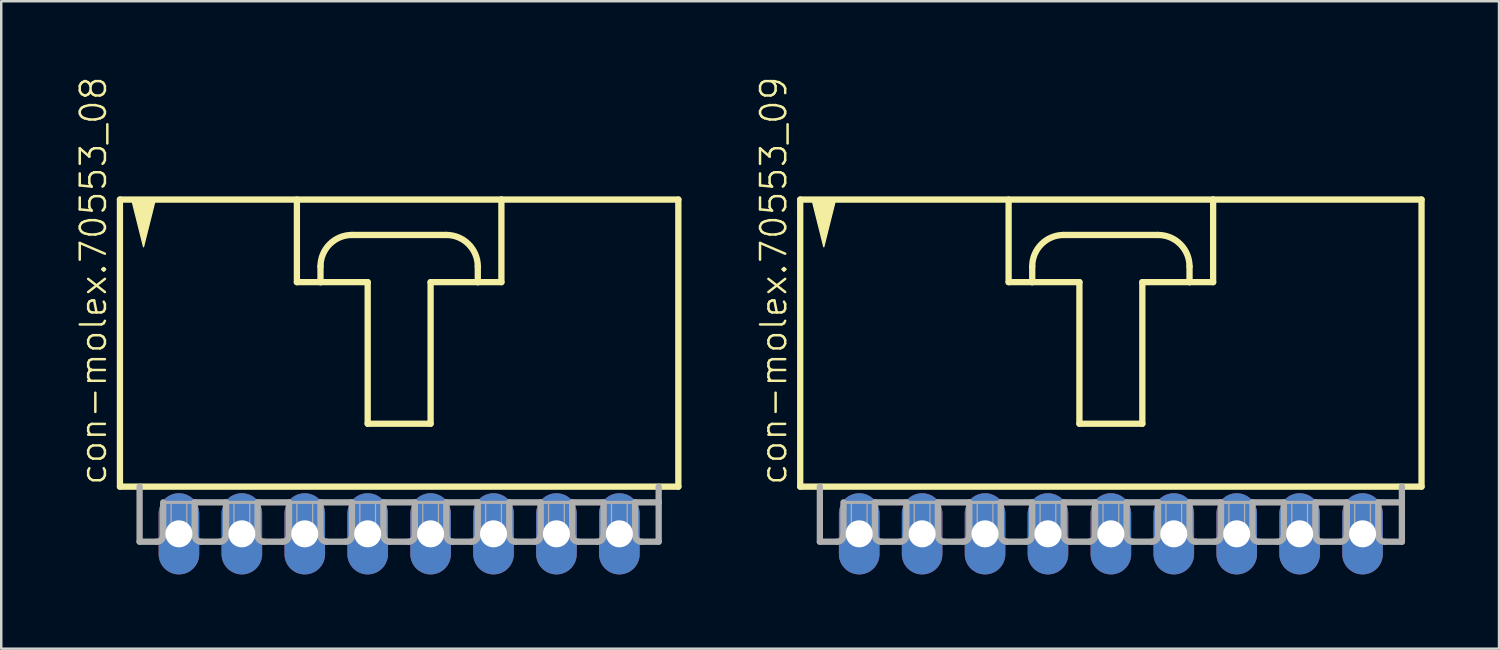
<source format=kicad_pcb>
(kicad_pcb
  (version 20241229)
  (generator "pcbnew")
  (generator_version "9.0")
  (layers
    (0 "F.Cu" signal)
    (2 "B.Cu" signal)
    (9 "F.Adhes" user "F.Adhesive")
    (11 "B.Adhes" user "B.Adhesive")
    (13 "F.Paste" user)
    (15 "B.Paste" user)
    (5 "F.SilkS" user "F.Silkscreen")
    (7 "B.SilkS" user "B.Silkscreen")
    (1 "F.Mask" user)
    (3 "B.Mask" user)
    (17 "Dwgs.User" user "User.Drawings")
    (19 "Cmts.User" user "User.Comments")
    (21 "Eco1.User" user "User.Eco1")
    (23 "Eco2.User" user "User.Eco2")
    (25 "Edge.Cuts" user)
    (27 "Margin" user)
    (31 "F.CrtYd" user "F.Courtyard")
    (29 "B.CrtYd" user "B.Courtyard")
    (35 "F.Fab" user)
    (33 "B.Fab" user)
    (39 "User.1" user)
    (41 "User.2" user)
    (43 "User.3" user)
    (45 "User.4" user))
  (footprint "con-molex.70553_08"
    (layer "F.Cu")
    (at 13.063 10.88)
    (property "Reference" "con-molex.70553_08" (at -11.748 5.715 90) (layer "F.SilkS") (effects (font (size 1.016 1.016) (thickness 0.1)) (justify left bottom)))
    (attr through_hole)
    (fp_line (start -11.271 -5.874) (end -11.271 5.715) (stroke (width 0.254) (type default)) (layer "F.SilkS"))
    (fp_line (start -11.271 5.715) (end 11.271 5.715) (stroke (width 0.254) (type default)) (layer "F.SilkS"))
    (fp_line (start -4.128 -5.874) (end -4.128 -2.54) (stroke (width 0.254) (type default)) (layer "F.SilkS"))
    (fp_line (start -4.128 -2.54) (end -3.175 -2.54) (stroke (width 0.254) (type default)) (layer "F.SilkS"))
    (fp_line (start -3.175 -2.54) (end -3.175 -3.175) (stroke (width 0.254) (type default)) (layer "F.SilkS"))
    (fp_line (start -3.175 -2.54) (end -1.27 -2.54) (stroke (width 0.254) (type default)) (layer "F.SilkS"))
    (fp_line (start -1.905 -4.445) (end 1.905 -4.445) (stroke (width 0.254) (type default)) (layer "F.SilkS"))
    (fp_line (start -1.27 -2.54) (end -1.27 3.175) (stroke (width 0.254) (type default)) (layer "F.SilkS"))
    (fp_line (start -1.27 3.175) (end 1.27 3.175) (stroke (width 0.254) (type default)) (layer "F.SilkS"))
    (fp_line (start 1.27 -2.54) (end 3.175 -2.54) (stroke (width 0.254) (type default)) (layer "F.SilkS"))
    (fp_line (start 1.27 3.175) (end 1.27 -2.54) (stroke (width 0.254) (type default)) (layer "F.SilkS"))
    (fp_line (start 3.175 -3.175) (end 3.175 -2.54) (stroke (width 0.254) (type default)) (layer "F.SilkS"))
    (fp_line (start 3.175 -2.54) (end 4.128 -2.54) (stroke (width 0.254) (type default)) (layer "F.SilkS"))
    (fp_line (start 4.128 -5.874) (end -11.271 -5.874) (stroke (width 0.254) (type default)) (layer "F.SilkS"))
    (fp_line (start 4.128 -2.54) (end 4.128 -5.874) (stroke (width 0.254) (type default)) (layer "F.SilkS"))
    (fp_line (start 11.271 -5.874) (end 4.128 -5.874) (stroke (width 0.254) (type default)) (layer "F.SilkS"))
    (fp_line (start 11.271 5.715) (end 11.271 -5.874) (stroke (width 0.254) (type default)) (layer "F.SilkS"))
    (fp_arc (start -3.175 -3.175) (mid -2.803026 -4.073026) (end -1.905 -4.445) (stroke (width 0.254) (type default)) (layer "F.SilkS"))
    (fp_arc (start 1.905 -4.445) (mid 2.803026 -4.073026) (end 3.175 -3.175) (stroke (width 0.254) (type default)) (layer "F.SilkS"))
    (fp_poly (pts (xy -10.795 -5.874) (xy -10.319 -3.969) (xy -9.842 -5.874)) (stroke (width 0.051) (type default)) (fill yes) (layer "F.SilkS"))
    (fp_line (start -10.477 5.715) (end -10.477 7.938) (stroke (width 0.254) (type default)) (layer "F.Fab"))
    (fp_line (start -9.779 7.938) (end -10.477 7.938) (stroke (width 0.254) (type default)) (layer "F.Fab"))
    (fp_line (start -9.525 6.35) (end -9.525 7.684) (stroke (width 0.254) (type default)) (layer "F.Fab"))
    (fp_line (start -9.525 6.35) (end -8.255 6.35) (stroke (width 0.127) (type default)) (layer "F.Fab"))
    (fp_line (start -8.255 6.35) (end -8.255 7.684) (stroke (width 0.254) (type default)) (layer "F.Fab"))
    (fp_line (start -8.255 6.35) (end -6.985 6.35) (stroke (width 0.254) (type default)) (layer "F.Fab"))
    (fp_line (start -7.239 7.938) (end -8.001 7.938) (stroke (width 0.254) (type default)) (layer "F.Fab"))
    (fp_line (start -6.985 6.35) (end -6.985 7.684) (stroke (width 0.254) (type default)) (layer "F.Fab"))
    (fp_line (start -6.985 6.35) (end -5.715 6.35) (stroke (width 0.127) (type default)) (layer "F.Fab"))
    (fp_line (start -5.715 6.35) (end -5.715 7.684) (stroke (width 0.254) (type default)) (layer "F.Fab"))
    (fp_line (start -5.715 6.35) (end -4.445 6.35) (stroke (width 0.254) (type default)) (layer "F.Fab"))
    (fp_line (start -4.699 7.938) (end -5.461 7.938) (stroke (width 0.254) (type default)) (layer "F.Fab"))
    (fp_line (start -4.445 6.35) (end -4.445 7.684) (stroke (width 0.254) (type default)) (layer "F.Fab"))
    (fp_line (start -4.445 6.35) (end -3.175 6.35) (stroke (width 0.127) (type default)) (layer "F.Fab"))
    (fp_line (start -3.175 6.35) (end -3.175 7.684) (stroke (width 0.254) (type default)) (layer "F.Fab"))
    (fp_line (start -3.175 6.35) (end -1.905 6.35) (stroke (width 0.254) (type default)) (layer "F.Fab"))
    (fp_line (start -2.159 7.938) (end -2.921 7.938) (stroke (width 0.254) (type default)) (layer "F.Fab"))
    (fp_line (start -1.905 6.35) (end -1.905 7.684) (stroke (width 0.254) (type default)) (layer "F.Fab"))
    (fp_line (start -1.905 6.35) (end -0.635 6.35) (stroke (width 0.127) (type default)) (layer "F.Fab"))
    (fp_line (start -0.635 6.35) (end -0.635 7.684) (stroke (width 0.254) (type default)) (layer "F.Fab"))
    (fp_line (start -0.635 6.35) (end 0.635 6.35) (stroke (width 0.254) (type default)) (layer "F.Fab"))
    (fp_line (start 0.381 7.938) (end -0.381 7.938) (stroke (width 0.254) (type default)) (layer "F.Fab"))
    (fp_line (start 0.635 6.35) (end 0.635 7.684) (stroke (width 0.254) (type default)) (layer "F.Fab"))
    (fp_line (start 0.635 6.35) (end 1.905 6.35) (stroke (width 0.127) (type default)) (layer "F.Fab"))
    (fp_line (start 1.905 6.35) (end 1.905 7.684) (stroke (width 0.254) (type default)) (layer "F.Fab"))
    (fp_line (start 1.905 6.35) (end 3.175 6.35) (stroke (width 0.254) (type default)) (layer "F.Fab"))
    (fp_line (start 2.921 7.938) (end 2.159 7.938) (stroke (width 0.254) (type default)) (layer "F.Fab"))
    (fp_line (start 3.175 6.35) (end 3.175 7.684) (stroke (width 0.254) (type default)) (layer "F.Fab"))
    (fp_line (start 3.175 6.35) (end 4.445 6.35) (stroke (width 0.127) (type default)) (layer "F.Fab"))
    (fp_line (start 4.445 6.35) (end 4.445 7.684) (stroke (width 0.254) (type default)) (layer "F.Fab"))
    (fp_line (start 4.445 6.35) (end 5.715 6.35) (stroke (width 0.254) (type default)) (layer "F.Fab"))
    (fp_line (start 5.461 7.938) (end 4.699 7.938) (stroke (width 0.254) (type default)) (layer "F.Fab"))
    (fp_line (start 5.715 6.35) (end 5.715 7.684) (stroke (width 0.254) (type default)) (layer "F.Fab"))
    (fp_line (start 5.715 6.35) (end 6.985 6.35) (stroke (width 0.127) (type default)) (layer "F.Fab"))
    (fp_line (start 6.985 6.35) (end 6.985 7.684) (stroke (width 0.254) (type default)) (layer "F.Fab"))
    (fp_line (start 6.985 6.35) (end 8.255 6.35) (stroke (width 0.254) (type default)) (layer "F.Fab"))
    (fp_line (start 8.001 7.938) (end 7.239 7.938) (stroke (width 0.254) (type default)) (layer "F.Fab"))
    (fp_line (start 8.255 6.35) (end 8.255 7.684) (stroke (width 0.254) (type default)) (layer "F.Fab"))
    (fp_line (start 8.255 6.35) (end 9.525 6.35) (stroke (width 0.127) (type default)) (layer "F.Fab"))
    (fp_line (start 9.525 6.35) (end 9.525 7.684) (stroke (width 0.254) (type default)) (layer "F.Fab"))
    (fp_line (start 9.525 6.35) (end 10.477 6.35) (stroke (width 0.254) (type default)) (layer "F.Fab"))
    (fp_line (start 9.779 7.938) (end 10.477 7.938) (stroke (width 0.254) (type default)) (layer "F.Fab"))
    (fp_line (start 10.477 6.35) (end 10.477 5.715) (stroke (width 0.254) (type default)) (layer "F.Fab"))
    (fp_line (start 10.477 7.938) (end 10.477 6.35) (stroke (width 0.254) (type default)) (layer "F.Fab"))
    (fp_rect (start -9.207 7.62) (end -8.572 6.35) (stroke (width 0.05) (type default)) (fill no) (layer "F.Fab"))
    (fp_rect (start -6.668 7.62) (end -6.032 6.35) (stroke (width 0.05) (type default)) (fill no) (layer "F.Fab"))
    (fp_rect (start -4.128 7.62) (end -3.493 6.35) (stroke (width 0.05) (type default)) (fill no) (layer "F.Fab"))
    (fp_rect (start -1.587 7.62) (end -0.953 6.35) (stroke (width 0.05) (type default)) (fill no) (layer "F.Fab"))
    (fp_rect (start 0.953 7.62) (end 1.587 6.35) (stroke (width 0.05) (type default)) (fill no) (layer "F.Fab"))
    (fp_rect (start 3.493 7.62) (end 4.128 6.35) (stroke (width 0.05) (type default)) (fill no) (layer "F.Fab"))
    (fp_rect (start 6.032 7.62) (end 6.668 6.35) (stroke (width 0.05) (type default)) (fill no) (layer "F.Fab"))
    (fp_rect (start 8.572 7.62) (end 9.207 6.35) (stroke (width 0.05) (type default)) (fill no) (layer "F.Fab"))
    (fp_arc (start -9.525 7.6835) (mid -9.599395 7.863105) (end -9.779 7.9375) (stroke (width 0.254) (type default)) (layer "F.Fab"))
    (fp_arc (start -8.001 7.9375) (mid -8.180605 7.863105) (end -8.255 7.6835) (stroke (width 0.254) (type default)) (layer "F.Fab"))
    (fp_arc (start -6.985 7.6835) (mid -7.059395 7.863105) (end -7.239 7.9375) (stroke (width 0.254) (type default)) (layer "F.Fab"))
    (fp_arc (start -5.461 7.9375) (mid -5.640605 7.863105) (end -5.715 7.6835) (stroke (width 0.254) (type default)) (layer "F.Fab"))
    (fp_arc (start -4.445 7.6835) (mid -4.519395 7.863105) (end -4.699 7.9375) (stroke (width 0.254) (type default)) (layer "F.Fab"))
    (fp_arc (start -2.921 7.9375) (mid -3.100605 7.863105) (end -3.175 7.6835) (stroke (width 0.254) (type default)) (layer "F.Fab"))
    (fp_arc (start -1.905 7.6835) (mid -1.979395 7.863105) (end -2.159 7.9375) (stroke (width 0.254) (type default)) (layer "F.Fab"))
    (fp_arc (start -0.381 7.9375) (mid -0.560605 7.863105) (end -0.635 7.6835) (stroke (width 0.254) (type default)) (layer "F.Fab"))
    (fp_arc (start 0.635 7.6835) (mid 0.560605 7.863105) (end 0.381 7.9375) (stroke (width 0.254) (type default)) (layer "F.Fab"))
    (fp_arc (start 2.159 7.9375) (mid 1.979395 7.863105) (end 1.905 7.6835) (stroke (width 0.254) (type default)) (layer "F.Fab"))
    (fp_arc (start 3.175 7.6835) (mid 3.100605 7.863105) (end 2.921 7.9375) (stroke (width 0.254) (type default)) (layer "F.Fab"))
    (fp_arc (start 4.699 7.9375) (mid 4.519395 7.863105) (end 4.445 7.6835) (stroke (width 0.254) (type default)) (layer "F.Fab"))
    (fp_arc (start 5.715 7.6835) (mid 5.640605 7.863105) (end 5.461 7.9375) (stroke (width 0.254) (type default)) (layer "F.Fab"))
    (fp_arc (start 7.239 7.9375) (mid 7.059395 7.863105) (end 6.985 7.6835) (stroke (width 0.254) (type default)) (layer "F.Fab"))
    (fp_arc (start 8.255 7.6835) (mid 8.180605 7.863105) (end 8.001 7.9375) (stroke (width 0.254) (type default)) (layer "F.Fab"))
    (fp_arc (start 9.779 7.9375) (mid 9.599395 7.863105) (end 9.525 7.6835) (stroke (width 0.254) (type default)) (layer "F.Fab"))
    (pad "1" thru_hole oval (at -8.89 7.62 90) (size 3.277 1.638) (drill 1.092) (layers "*.Cu" "*.Mask"))
    (pad "2" thru_hole oval (at -6.35 7.62 90) (size 3.277 1.638) (drill 1.092) (layers "*.Cu" "*.Mask"))
    (pad "3" thru_hole oval (at -3.81 7.62 90) (size 3.277 1.638) (drill 1.092) (layers "*.Cu" "*.Mask"))
    (pad "4" thru_hole oval (at -1.27 7.62 90) (size 3.277 1.638) (drill 1.092) (layers "*.Cu" "*.Mask"))
    (pad "5" thru_hole oval (at 1.27 7.62 90) (size 3.277 1.638) (drill 1.092) (layers "*.Cu" "*.Mask"))
    (pad "6" thru_hole oval (at 3.81 7.62 90) (size 3.277 1.638) (drill 1.092) (layers "*.Cu" "*.Mask"))
    (pad "7" thru_hole oval (at 6.35 7.62 90) (size 3.277 1.638) (drill 1.092) (layers "*.Cu" "*.Mask"))
    (pad "8" thru_hole oval (at 8.89 7.62 90) (size 3.277 1.638) (drill 1.092) (layers "*.Cu" "*.Mask")))
  (footprint "con-molex.70553_09"
    (layer "F.Cu")
    (at 41.795 10.88)
    (property "Reference" "con-molex.70553_09" (at -13.018 5.715 90) (layer "F.SilkS") (effects (font (size 1.016 1.016) (thickness 0.1)) (justify left bottom)))
    (attr through_hole)
    (fp_line (start -12.541 -5.874) (end -12.541 5.715) (stroke (width 0.254) (type default)) (layer "F.SilkS"))
    (fp_line (start -12.541 5.715) (end 12.541 5.715) (stroke (width 0.254) (type default)) (layer "F.SilkS"))
    (fp_line (start -4.128 -5.874) (end -4.128 -2.54) (stroke (width 0.254) (type default)) (layer "F.SilkS"))
    (fp_line (start -4.128 -2.54) (end -3.175 -2.54) (stroke (width 0.254) (type default)) (layer "F.SilkS"))
    (fp_line (start -3.175 -2.54) (end -3.175 -3.175) (stroke (width 0.254) (type default)) (layer "F.SilkS"))
    (fp_line (start -3.175 -2.54) (end -1.27 -2.54) (stroke (width 0.254) (type default)) (layer "F.SilkS"))
    (fp_line (start -1.905 -4.445) (end 1.905 -4.445) (stroke (width 0.254) (type default)) (layer "F.SilkS"))
    (fp_line (start -1.27 -2.54) (end -1.27 3.175) (stroke (width 0.254) (type default)) (layer "F.SilkS"))
    (fp_line (start -1.27 3.175) (end 1.27 3.175) (stroke (width 0.254) (type default)) (layer "F.SilkS"))
    (fp_line (start 1.27 -2.54) (end 3.175 -2.54) (stroke (width 0.254) (type default)) (layer "F.SilkS"))
    (fp_line (start 1.27 3.175) (end 1.27 -2.54) (stroke (width 0.254) (type default)) (layer "F.SilkS"))
    (fp_line (start 3.175 -3.175) (end 3.175 -2.54) (stroke (width 0.254) (type default)) (layer "F.SilkS"))
    (fp_line (start 3.175 -2.54) (end 4.128 -2.54) (stroke (width 0.254) (type default)) (layer "F.SilkS"))
    (fp_line (start 4.128 -5.874) (end -12.541 -5.874) (stroke (width 0.254) (type default)) (layer "F.SilkS"))
    (fp_line (start 4.128 -2.54) (end 4.128 -5.874) (stroke (width 0.254) (type default)) (layer "F.SilkS"))
    (fp_line (start 12.541 -5.874) (end 4.128 -5.874) (stroke (width 0.254) (type default)) (layer "F.SilkS"))
    (fp_line (start 12.541 5.715) (end 12.541 -5.874) (stroke (width 0.254) (type default)) (layer "F.SilkS"))
    (fp_arc (start -3.175 -3.175) (mid -2.803026 -4.073026) (end -1.905 -4.445) (stroke (width 0.254) (type default)) (layer "F.SilkS"))
    (fp_arc (start 1.905 -4.445) (mid 2.803026 -4.073026) (end 3.175 -3.175) (stroke (width 0.254) (type default)) (layer "F.SilkS"))
    (fp_poly (pts (xy -12.065 -5.874) (xy -11.589 -3.969) (xy -11.113 -5.874)) (stroke (width 0.051) (type default)) (fill yes) (layer "F.SilkS"))
    (fp_line (start -11.748 5.715) (end -11.748 7.938) (stroke (width 0.254) (type default)) (layer "F.Fab"))
    (fp_line (start -11.049 7.938) (end -11.748 7.938) (stroke (width 0.254) (type default)) (layer "F.Fab"))
    (fp_line (start -10.795 6.35) (end -10.795 7.684) (stroke (width 0.254) (type default)) (layer "F.Fab"))
    (fp_line (start -10.795 6.35) (end -9.525 6.35) (stroke (width 0.127) (type default)) (layer "F.Fab"))
    (fp_line (start -9.525 6.35) (end -9.525 7.684) (stroke (width 0.254) (type default)) (layer "F.Fab"))
    (fp_line (start -9.525 6.35) (end -8.255 6.35) (stroke (width 0.254) (type default)) (layer "F.Fab"))
    (fp_line (start -8.509 7.938) (end -9.271 7.938) (stroke (width 0.254) (type default)) (layer "F.Fab"))
    (fp_line (start -8.255 6.35) (end -8.255 7.684) (stroke (width 0.254) (type default)) (layer "F.Fab"))
    (fp_line (start -8.255 6.35) (end -6.985 6.35) (stroke (width 0.127) (type default)) (layer "F.Fab"))
    (fp_line (start -6.985 6.35) (end -6.985 7.684) (stroke (width 0.254) (type default)) (layer "F.Fab"))
    (fp_line (start -6.985 6.35) (end -5.715 6.35) (stroke (width 0.254) (type default)) (layer "F.Fab"))
    (fp_line (start -5.969 7.938) (end -6.731 7.938) (stroke (width 0.254) (type default)) (layer "F.Fab"))
    (fp_line (start -5.715 6.35) (end -5.715 7.684) (stroke (width 0.254) (type default)) (layer "F.Fab"))
    (fp_line (start -5.715 6.35) (end -4.445 6.35) (stroke (width 0.127) (type default)) (layer "F.Fab"))
    (fp_line (start -4.445 6.35) (end -4.445 7.684) (stroke (width 0.254) (type default)) (layer "F.Fab"))
    (fp_line (start -4.445 6.35) (end -3.175 6.35) (stroke (width 0.254) (type default)) (layer "F.Fab"))
    (fp_line (start -3.429 7.938) (end -4.191 7.938) (stroke (width 0.254) (type default)) (layer "F.Fab"))
    (fp_line (start -3.175 6.35) (end -3.175 7.684) (stroke (width 0.254) (type default)) (layer "F.Fab"))
    (fp_line (start -3.175 6.35) (end -1.905 6.35) (stroke (width 0.127) (type default)) (layer "F.Fab"))
    (fp_line (start -1.905 6.35) (end -1.905 7.684) (stroke (width 0.254) (type default)) (layer "F.Fab"))
    (fp_line (start -1.905 6.35) (end -0.635 6.35) (stroke (width 0.254) (type default)) (layer "F.Fab"))
    (fp_line (start -0.889 7.938) (end -1.651 7.938) (stroke (width 0.254) (type default)) (layer "F.Fab"))
    (fp_line (start -0.635 6.35) (end -0.635 7.684) (stroke (width 0.254) (type default)) (layer "F.Fab"))
    (fp_line (start -0.635 6.35) (end 0.635 6.35) (stroke (width 0.127) (type default)) (layer "F.Fab"))
    (fp_line (start 0.635 6.35) (end 0.635 7.684) (stroke (width 0.254) (type default)) (layer "F.Fab"))
    (fp_line (start 0.635 6.35) (end 1.905 6.35) (stroke (width 0.254) (type default)) (layer "F.Fab"))
    (fp_line (start 1.651 7.938) (end 0.889 7.938) (stroke (width 0.254) (type default)) (layer "F.Fab"))
    (fp_line (start 1.905 6.35) (end 1.905 7.684) (stroke (width 0.254) (type default)) (layer "F.Fab"))
    (fp_line (start 1.905 6.35) (end 3.175 6.35) (stroke (width 0.127) (type default)) (layer "F.Fab"))
    (fp_line (start 3.175 6.35) (end 3.175 7.684) (stroke (width 0.254) (type default)) (layer "F.Fab"))
    (fp_line (start 3.175 6.35) (end 4.445 6.35) (stroke (width 0.254) (type default)) (layer "F.Fab"))
    (fp_line (start 4.191 7.938) (end 3.429 7.938) (stroke (width 0.254) (type default)) (layer "F.Fab"))
    (fp_line (start 4.445 6.35) (end 4.445 7.684) (stroke (width 0.254) (type default)) (layer "F.Fab"))
    (fp_line (start 4.445 6.35) (end 5.715 6.35) (stroke (width 0.127) (type default)) (layer "F.Fab"))
    (fp_line (start 5.715 6.35) (end 5.715 7.684) (stroke (width 0.254) (type default)) (layer "F.Fab"))
    (fp_line (start 5.715 6.35) (end 6.985 6.35) (stroke (width 0.254) (type default)) (layer "F.Fab"))
    (fp_line (start 6.731 7.938) (end 5.969 7.938) (stroke (width 0.254) (type default)) (layer "F.Fab"))
    (fp_line (start 6.985 6.35) (end 6.985 7.684) (stroke (width 0.254) (type default)) (layer "F.Fab"))
    (fp_line (start 6.985 6.35) (end 8.255 6.35) (stroke (width 0.127) (type default)) (layer "F.Fab"))
    (fp_line (start 8.255 6.35) (end 8.255 7.684) (stroke (width 0.254) (type default)) (layer "F.Fab"))
    (fp_line (start 8.255 6.35) (end 9.525 6.35) (stroke (width 0.254) (type default)) (layer "F.Fab"))
    (fp_line (start 9.271 7.938) (end 8.509 7.938) (stroke (width 0.254) (type default)) (layer "F.Fab"))
    (fp_line (start 9.525 6.35) (end 9.525 7.684) (stroke (width 0.254) (type default)) (layer "F.Fab"))
    (fp_line (start 9.525 6.35) (end 10.795 6.35) (stroke (width 0.127) (type default)) (layer "F.Fab"))
    (fp_line (start 10.795 6.35) (end 10.795 7.684) (stroke (width 0.254) (type default)) (layer "F.Fab"))
    (fp_line (start 10.795 6.35) (end 11.748 6.35) (stroke (width 0.254) (type default)) (layer "F.Fab"))
    (fp_line (start 11.049 7.938) (end 11.748 7.938) (stroke (width 0.254) (type default)) (layer "F.Fab"))
    (fp_line (start 11.748 6.35) (end 11.748 5.715) (stroke (width 0.254) (type default)) (layer "F.Fab"))
    (fp_line (start 11.748 7.938) (end 11.748 6.35) (stroke (width 0.254) (type default)) (layer "F.Fab"))
    (fp_rect (start -10.477 7.62) (end -9.842 6.35) (stroke (width 0.05) (type default)) (fill no) (layer "F.Fab"))
    (fp_rect (start -7.938 7.62) (end -7.303 6.35) (stroke (width 0.05) (type default)) (fill no) (layer "F.Fab"))
    (fp_rect (start -5.397 7.62) (end -4.763 6.35) (stroke (width 0.05) (type default)) (fill no) (layer "F.Fab"))
    (fp_rect (start -2.857 7.62) (end -2.223 6.35) (stroke (width 0.05) (type default)) (fill no) (layer "F.Fab"))
    (fp_rect (start -0.318 7.62) (end 0.318 6.35) (stroke (width 0.05) (type default)) (fill no) (layer "F.Fab"))
    (fp_rect (start 2.223 7.62) (end 2.857 6.35) (stroke (width 0.05) (type default)) (fill no) (layer "F.Fab"))
    (fp_rect (start 4.763 7.62) (end 5.397 6.35) (stroke (width 0.05) (type default)) (fill no) (layer "F.Fab"))
    (fp_rect (start 7.303 7.62) (end 7.938 6.35) (stroke (width 0.05) (type default)) (fill no) (layer "F.Fab"))
    (fp_rect (start 9.842 7.62) (end 10.477 6.35) (stroke (width 0.05) (type default)) (fill no) (layer "F.Fab"))
    (fp_arc (start -10.795 7.6835) (mid -10.869395 7.863105) (end -11.049 7.9375) (stroke (width 0.254) (type default)) (layer "F.Fab"))
    (fp_arc (start -9.271 7.9375) (mid -9.450605 7.863105) (end -9.525 7.6835) (stroke (width 0.254) (type default)) (layer "F.Fab"))
    (fp_arc (start -8.255 7.6835) (mid -8.329395 7.863105) (end -8.509 7.9375) (stroke (width 0.254) (type default)) (layer "F.Fab"))
    (fp_arc (start -6.731 7.9375) (mid -6.910605 7.863105) (end -6.985 7.6835) (stroke (width 0.254) (type default)) (layer "F.Fab"))
    (fp_arc (start -5.715 7.6835) (mid -5.789395 7.863105) (end -5.969 7.9375) (stroke (width 0.254) (type default)) (layer "F.Fab"))
    (fp_arc (start -4.191 7.9375) (mid -4.370605 7.863105) (end -4.445 7.6835) (stroke (width 0.254) (type default)) (layer "F.Fab"))
    (fp_arc (start -3.175 7.6835) (mid -3.249395 7.863105) (end -3.429 7.9375) (stroke (width 0.254) (type default)) (layer "F.Fab"))
    (fp_arc (start -1.651 7.9375) (mid -1.830605 7.863105) (end -1.905 7.6835) (stroke (width 0.254) (type default)) (layer "F.Fab"))
    (fp_arc (start -0.635 7.6835) (mid -0.709395 7.863105) (end -0.889 7.9375) (stroke (width 0.254) (type default)) (layer "F.Fab"))
    (fp_arc (start 0.889 7.9375) (mid 0.709395 7.863105) (end 0.635 7.6835) (stroke (width 0.254) (type default)) (layer "F.Fab"))
    (fp_arc (start 1.905 7.6835) (mid 1.830605 7.863105) (end 1.651 7.9375) (stroke (width 0.254) (type default)) (layer "F.Fab"))
    (fp_arc (start 3.429 7.9375) (mid 3.249395 7.863105) (end 3.175 7.6835) (stroke (width 0.254) (type default)) (layer "F.Fab"))
    (fp_arc (start 4.445 7.6835) (mid 4.370605 7.863105) (end 4.191 7.9375) (stroke (width 0.254) (type default)) (layer "F.Fab"))
    (fp_arc (start 5.969 7.9375) (mid 5.789395 7.863105) (end 5.715 7.6835) (stroke (width 0.254) (type default)) (layer "F.Fab"))
    (fp_arc (start 6.985 7.6835) (mid 6.910605 7.863105) (end 6.731 7.9375) (stroke (width 0.254) (type default)) (layer "F.Fab"))
    (fp_arc (start 8.509 7.9375) (mid 8.329395 7.863105) (end 8.255 7.6835) (stroke (width 0.254) (type default)) (layer "F.Fab"))
    (fp_arc (start 9.525 7.6835) (mid 9.450605 7.863105) (end 9.271 7.9375) (stroke (width 0.254) (type default)) (layer "F.Fab"))
    (fp_arc (start 11.049 7.9375) (mid 10.869395 7.863105) (end 10.795 7.6835) (stroke (width 0.254) (type default)) (layer "F.Fab"))
    (pad "1" thru_hole oval (at -10.16 7.62 90) (size 3.277 1.638) (drill 1.092) (layers "*.Cu" "*.Mask"))
    (pad "2" thru_hole oval (at -7.62 7.62 90) (size 3.277 1.638) (drill 1.092) (layers "*.Cu" "*.Mask"))
    (pad "3" thru_hole oval (at -5.08 7.62 90) (size 3.277 1.638) (drill 1.092) (layers "*.Cu" "*.Mask"))
    (pad "4" thru_hole oval (at -2.54 7.62 90) (size 3.277 1.638) (drill 1.092) (layers "*.Cu" "*.Mask"))
    (pad "5" thru_hole oval (at 0 7.62 90) (size 3.277 1.638) (drill 1.092) (layers "*.Cu" "*.Mask"))
    (pad "6" thru_hole oval (at 2.54 7.62 90) (size 3.277 1.638) (drill 1.092) (layers "*.Cu" "*.Mask"))
    (pad "7" thru_hole oval (at 5.08 7.62 90) (size 3.277 1.638) (drill 1.092) (layers "*.Cu" "*.Mask"))
    (pad "8" thru_hole oval (at 7.62 7.62 90) (size 3.277 1.638) (drill 1.092) (layers "*.Cu" "*.Mask"))
    (pad "9" thru_hole oval (at 10.16 7.62 90) (size 3.277 1.638) (drill 1.092) (layers "*.Cu" "*.Mask")))
  (gr_rect
    (start -3 -3)
    (end 57.464 23.138)
    (stroke (width 0.1) (type default))
    (fill no)
    (layer "Edge.Cuts")))
</source>
